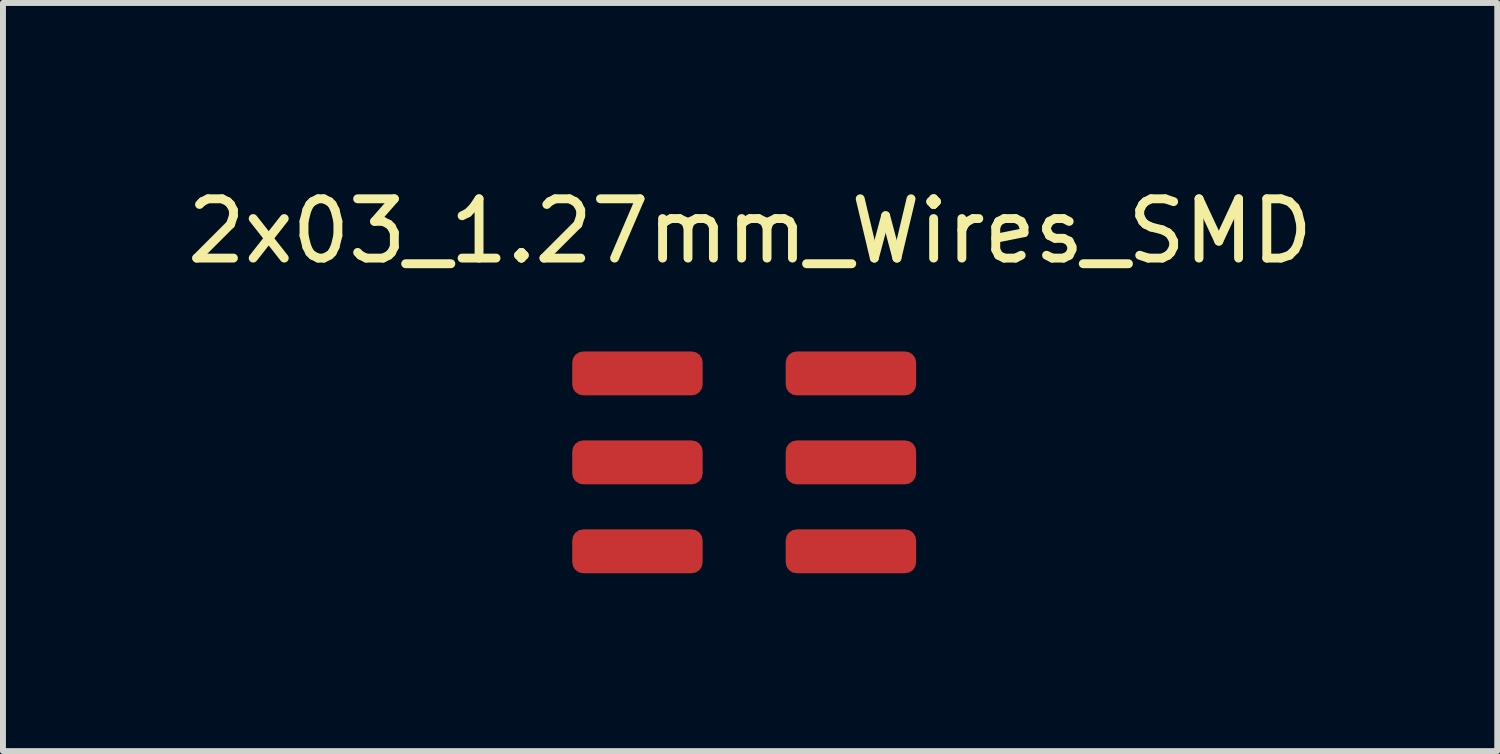
<source format=kicad_pcb>
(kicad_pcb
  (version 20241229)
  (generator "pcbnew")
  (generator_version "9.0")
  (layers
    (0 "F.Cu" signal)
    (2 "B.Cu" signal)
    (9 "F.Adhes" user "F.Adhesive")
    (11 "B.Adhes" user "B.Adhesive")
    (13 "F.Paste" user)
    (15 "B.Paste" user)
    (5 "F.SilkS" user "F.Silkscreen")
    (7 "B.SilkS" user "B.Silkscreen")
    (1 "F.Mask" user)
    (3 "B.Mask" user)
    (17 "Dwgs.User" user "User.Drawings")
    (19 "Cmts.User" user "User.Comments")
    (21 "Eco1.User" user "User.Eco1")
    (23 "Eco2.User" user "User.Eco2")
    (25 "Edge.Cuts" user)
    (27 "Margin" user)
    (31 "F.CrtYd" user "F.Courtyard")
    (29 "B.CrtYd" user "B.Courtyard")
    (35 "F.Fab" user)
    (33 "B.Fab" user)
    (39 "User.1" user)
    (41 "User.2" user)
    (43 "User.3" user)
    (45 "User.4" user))
  (footprint "2x03_1.27mm_Wires_SMD"
    (layer "F.Cu")
    (at 9.501 4.748)
    (property "Reference" "2x03_1.27mm_Wires_SMD" (at 0.1 -3.9 0) (unlocked yes) (layer "F.SilkS") (effects (font (size 1 1) (thickness 0.15))))
    (attr smd)
    (pad "1" smd roundrect (at -1.8 -1.5) (size 2.2 0.74) (layers "F.Cu" "F.Mask" "F.Paste") (roundrect_rratio 0.25))
    (pad "2" smd roundrect (at -1.8 0) (size 2.2 0.74) (layers "F.Cu" "F.Mask" "F.Paste") (roundrect_rratio 0.25))
    (pad "3" smd roundrect (at -1.8 1.5) (size 2.2 0.74) (layers "F.Cu" "F.Mask" "F.Paste") (roundrect_rratio 0.25))
    (pad "4" smd roundrect (at 1.8 1.5) (size 2.2 0.74) (layers "F.Cu" "F.Mask" "F.Paste") (roundrect_rratio 0.25))
    (pad "5" smd roundrect (at 1.8 0) (size 2.2 0.74) (layers "F.Cu" "F.Mask" "F.Paste") (roundrect_rratio 0.25))
    (pad "6" smd roundrect (at 1.8 -1.5) (size 2.2 0.74) (layers "F.Cu" "F.Mask" "F.Paste") (roundrect_rratio 0.25)))
  (gr_rect
    (start -3 -3)
    (end 22.202 9.618)
    (stroke (width 0.1) (type default))
    (fill no)
    (layer "Edge.Cuts")))
</source>
